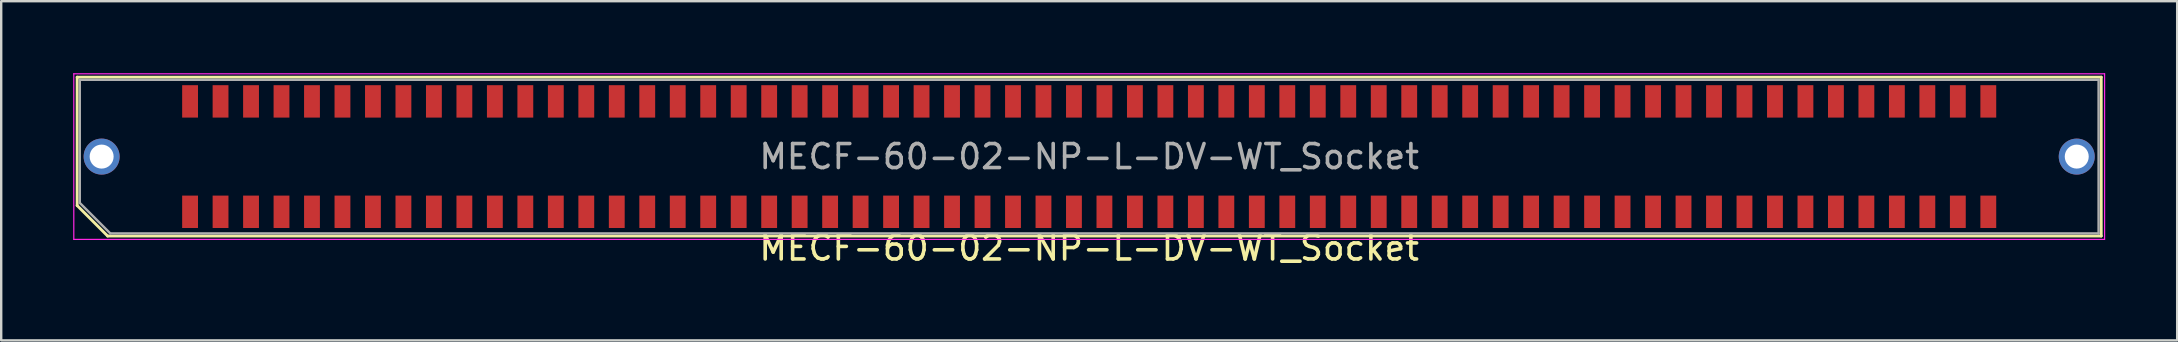
<source format=kicad_pcb>
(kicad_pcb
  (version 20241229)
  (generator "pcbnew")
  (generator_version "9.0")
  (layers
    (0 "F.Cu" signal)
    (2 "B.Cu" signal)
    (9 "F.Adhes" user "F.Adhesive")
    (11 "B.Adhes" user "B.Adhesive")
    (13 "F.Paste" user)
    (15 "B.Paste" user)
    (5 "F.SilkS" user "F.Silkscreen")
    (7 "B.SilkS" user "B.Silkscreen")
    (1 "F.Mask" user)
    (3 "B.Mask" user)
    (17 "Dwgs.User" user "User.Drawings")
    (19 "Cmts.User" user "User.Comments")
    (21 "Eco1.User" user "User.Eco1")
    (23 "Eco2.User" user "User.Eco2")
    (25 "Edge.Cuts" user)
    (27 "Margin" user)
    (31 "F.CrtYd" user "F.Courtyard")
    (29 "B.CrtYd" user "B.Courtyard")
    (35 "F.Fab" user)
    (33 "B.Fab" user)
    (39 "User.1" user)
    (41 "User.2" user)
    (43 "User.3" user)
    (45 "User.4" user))
  (footprint "MECF-60-02-NP-L-DV-WT_Socket"
    (layer "F.Cu")
    (at 42.335 3.475)
    (property "Reference" "MECF-60-02-NP-L-DV-WT_Socket" (at 0 3.81 0) (layer "F.SilkS") (effects (font (size 1 1) (thickness 0.15))))
    (attr smd)
    (fp_line (start -42.17 -3.31) (end 42.17 -3.31) (stroke (width 0.12) (type solid)) (layer "F.SilkS"))
    (fp_line (start -42.17 2.04) (end -42.17 -3.31) (stroke (width 0.12) (type solid)) (layer "F.SilkS"))
    (fp_line (start -40.9 3.31) (end -42.17 2.04) (stroke (width 0.12) (type solid)) (layer "F.SilkS"))
    (fp_line (start -40.9 3.31) (end 42.17 3.31) (stroke (width 0.12) (type solid)) (layer "F.SilkS"))
    (fp_line (start 42.17 3.31) (end 42.17 -3.31) (stroke (width 0.12) (type solid)) (layer "F.SilkS"))
    (fp_line (start -42.31 -3.45) (end -42.31 3.45) (stroke (width 0.05) (type solid)) (layer "F.CrtYd"))
    (fp_line (start -42.31 3.45) (end 42.31 3.45) (stroke (width 0.05) (type solid)) (layer "F.CrtYd"))
    (fp_line (start 42.31 -3.45) (end -42.31 -3.45) (stroke (width 0.05) (type solid)) (layer "F.CrtYd"))
    (fp_line (start 42.31 3.45) (end 42.31 -3.45) (stroke (width 0.05) (type solid)) (layer "F.CrtYd"))
    (fp_line (start -42.06 -3.2) (end 42.06 -3.2) (stroke (width 0.1) (type solid)) (layer "F.Fab"))
    (fp_line (start -42.06 1.93) (end -42.06 -3.2) (stroke (width 0.1) (type solid)) (layer "F.Fab"))
    (fp_line (start -42.06 1.93) (end -40.79 3.2) (stroke (width 0.1) (type solid)) (layer "F.Fab"))
    (fp_line (start -40.79 3.2) (end 42.06 3.2) (stroke (width 0.1) (type solid)) (layer "F.Fab"))
    (fp_line (start 42.06 3.2) (end 42.06 -3.2) (stroke (width 0.1) (type solid)) (layer "F.Fab"))
    (fp_text user "${REFERENCE}" (at 0 0 0) (layer "F.Fab") (effects (font (size 1 1) (thickness 0.15))))
    (pad "" thru_hole circle (at -41.15 0) (size 1.5 1.5) (drill 1) (layers "*.Cu" "*.Mask"))
    (pad "" np_thru_hole circle (at -39.245 0) (size 0.001 0.001) (drill 1.45) (layers "*.Cu" "*.Mask"))
    (pad "" np_thru_hole circle (at 39.245 1) (size 0.001 0.001) (drill 1.45) (layers "*.Cu" "*.Mask"))
    (pad "" thru_hole circle (at 41.15 0) (size 1.5 1.5) (drill 1) (layers "*.Cu" "*.Mask"))
    (pad "1" smd rect (at -37.465 2.3) (size 0.66 1.35) (layers "F.Cu" "F.Mask" "F.Paste"))
    (pad "2" smd rect (at -37.465 -2.3) (size 0.66 1.35) (layers "F.Cu" "F.Mask" "F.Paste"))
    (pad "3" smd rect (at -36.195 2.3) (size 0.66 1.35) (layers "F.Cu" "F.Mask" "F.Paste"))
    (pad "4" smd rect (at -36.195 -2.3) (size 0.66 1.35) (layers "F.Cu" "F.Mask" "F.Paste"))
    (pad "5" smd rect (at -34.925 2.3) (size 0.66 1.35) (layers "F.Cu" "F.Mask" "F.Paste"))
    (pad "6" smd rect (at -34.925 -2.3) (size 0.66 1.35) (layers "F.Cu" "F.Mask" "F.Paste"))
    (pad "7" smd rect (at -33.655 2.3) (size 0.66 1.35) (layers "F.Cu" "F.Mask" "F.Paste"))
    (pad "8" smd rect (at -33.655 -2.3) (size 0.66 1.35) (layers "F.Cu" "F.Mask" "F.Paste"))
    (pad "9" smd rect (at -32.385 2.3) (size 0.66 1.35) (layers "F.Cu" "F.Mask" "F.Paste"))
    (pad "10" smd rect (at -32.385 -2.3) (size 0.66 1.35) (layers "F.Cu" "F.Mask" "F.Paste"))
    (pad "11" smd rect (at -31.115 2.3) (size 0.66 1.35) (layers "F.Cu" "F.Mask" "F.Paste"))
    (pad "12" smd rect (at -31.115 -2.3) (size 0.66 1.35) (layers "F.Cu" "F.Mask" "F.Paste"))
    (pad "13" smd rect (at -29.845 2.3) (size 0.66 1.35) (layers "F.Cu" "F.Mask" "F.Paste"))
    (pad "14" smd rect (at -29.845 -2.3) (size 0.66 1.35) (layers "F.Cu" "F.Mask" "F.Paste"))
    (pad "15" smd rect (at -28.575 2.3) (size 0.66 1.35) (layers "F.Cu" "F.Mask" "F.Paste"))
    (pad "16" smd rect (at -28.575 -2.3) (size 0.66 1.35) (layers "F.Cu" "F.Mask" "F.Paste"))
    (pad "17" smd rect (at -27.305 2.3) (size 0.66 1.35) (layers "F.Cu" "F.Mask" "F.Paste"))
    (pad "18" smd rect (at -27.305 -2.3) (size 0.66 1.35) (layers "F.Cu" "F.Mask" "F.Paste"))
    (pad "19" smd rect (at -26.035 2.3) (size 0.66 1.35) (layers "F.Cu" "F.Mask" "F.Paste"))
    (pad "20" smd rect (at -26.035 -2.3) (size 0.66 1.35) (layers "F.Cu" "F.Mask" "F.Paste"))
    (pad "21" smd rect (at -24.765 2.3) (size 0.66 1.35) (layers "F.Cu" "F.Mask" "F.Paste"))
    (pad "22" smd rect (at -24.765 -2.3) (size 0.66 1.35) (layers "F.Cu" "F.Mask" "F.Paste"))
    (pad "23" smd rect (at -23.495 2.3) (size 0.66 1.35) (layers "F.Cu" "F.Mask" "F.Paste"))
    (pad "24" smd rect (at -23.495 -2.3) (size 0.66 1.35) (layers "F.Cu" "F.Mask" "F.Paste"))
    (pad "25" smd rect (at -22.225 2.3) (size 0.66 1.35) (layers "F.Cu" "F.Mask" "F.Paste"))
    (pad "26" smd rect (at -22.225 -2.3) (size 0.66 1.35) (layers "F.Cu" "F.Mask" "F.Paste"))
    (pad "27" smd rect (at -20.955 2.3) (size 0.66 1.35) (layers "F.Cu" "F.Mask" "F.Paste"))
    (pad "28" smd rect (at -20.955 -2.3) (size 0.66 1.35) (layers "F.Cu" "F.Mask" "F.Paste"))
    (pad "29" smd rect (at -19.685 2.3) (size 0.66 1.35) (layers "F.Cu" "F.Mask" "F.Paste"))
    (pad "30" smd rect (at -19.685 -2.3) (size 0.66 1.35) (layers "F.Cu" "F.Mask" "F.Paste"))
    (pad "31" smd rect (at -18.415 2.3) (size 0.66 1.35) (layers "F.Cu" "F.Mask" "F.Paste"))
    (pad "32" smd rect (at -18.415 -2.3) (size 0.66 1.35) (layers "F.Cu" "F.Mask" "F.Paste"))
    (pad "33" smd rect (at -17.145 2.3) (size 0.66 1.35) (layers "F.Cu" "F.Mask" "F.Paste"))
    (pad "34" smd rect (at -17.145 -2.3) (size 0.66 1.35) (layers "F.Cu" "F.Mask" "F.Paste"))
    (pad "35" smd rect (at -15.875 2.3) (size 0.66 1.35) (layers "F.Cu" "F.Mask" "F.Paste"))
    (pad "36" smd rect (at -15.875 -2.3) (size 0.66 1.35) (layers "F.Cu" "F.Mask" "F.Paste"))
    (pad "37" smd rect (at -14.605 2.3) (size 0.66 1.35) (layers "F.Cu" "F.Mask" "F.Paste"))
    (pad "38" smd rect (at -14.605 -2.3) (size 0.66 1.35) (layers "F.Cu" "F.Mask" "F.Paste"))
    (pad "39" smd rect (at -13.335 2.3) (size 0.66 1.35) (layers "F.Cu" "F.Mask" "F.Paste"))
    (pad "40" smd rect (at -13.335 -2.3) (size 0.66 1.35) (layers "F.Cu" "F.Mask" "F.Paste"))
    (pad "41" smd rect (at -12.065 2.3) (size 0.66 1.35) (layers "F.Cu" "F.Mask" "F.Paste"))
    (pad "42" smd rect (at -12.065 -2.3) (size 0.66 1.35) (layers "F.Cu" "F.Mask" "F.Paste"))
    (pad "43" smd rect (at -10.795 2.3) (size 0.66 1.35) (layers "F.Cu" "F.Mask" "F.Paste"))
    (pad "44" smd rect (at -10.795 -2.3) (size 0.66 1.35) (layers "F.Cu" "F.Mask" "F.Paste"))
    (pad "45" smd rect (at -9.525 2.3) (size 0.66 1.35) (layers "F.Cu" "F.Mask" "F.Paste"))
    (pad "46" smd rect (at -9.525 -2.3) (size 0.66 1.35) (layers "F.Cu" "F.Mask" "F.Paste"))
    (pad "47" smd rect (at -8.255 2.3) (size 0.66 1.35) (layers "F.Cu" "F.Mask" "F.Paste"))
    (pad "48" smd rect (at -8.255 -2.3) (size 0.66 1.35) (layers "F.Cu" "F.Mask" "F.Paste"))
    (pad "49" smd rect (at -6.985 2.3) (size 0.66 1.35) (layers "F.Cu" "F.Mask" "F.Paste"))
    (pad "50" smd rect (at -6.985 -2.3) (size 0.66 1.35) (layers "F.Cu" "F.Mask" "F.Paste"))
    (pad "51" smd rect (at -5.715 2.3) (size 0.66 1.35) (layers "F.Cu" "F.Mask" "F.Paste"))
    (pad "52" smd rect (at -5.715 -2.3) (size 0.66 1.35) (layers "F.Cu" "F.Mask" "F.Paste"))
    (pad "53" smd rect (at -4.445 2.3) (size 0.66 1.35) (layers "F.Cu" "F.Mask" "F.Paste"))
    (pad "54" smd rect (at -4.445 -2.3) (size 0.66 1.35) (layers "F.Cu" "F.Mask" "F.Paste"))
    (pad "55" smd rect (at -3.175 2.3) (size 0.66 1.35) (layers "F.Cu" "F.Mask" "F.Paste"))
    (pad "56" smd rect (at -3.175 -2.3) (size 0.66 1.35) (layers "F.Cu" "F.Mask" "F.Paste"))
    (pad "57" smd rect (at -1.905 2.3) (size 0.66 1.35) (layers "F.Cu" "F.Mask" "F.Paste"))
    (pad "58" smd rect (at -1.905 -2.3) (size 0.66 1.35) (layers "F.Cu" "F.Mask" "F.Paste"))
    (pad "59" smd rect (at -0.635 2.3) (size 0.66 1.35) (layers "F.Cu" "F.Mask" "F.Paste"))
    (pad "60" smd rect (at -0.635 -2.3) (size 0.66 1.35) (layers "F.Cu" "F.Mask" "F.Paste"))
    (pad "61" smd rect (at 0.635 2.3) (size 0.66 1.35) (layers "F.Cu" "F.Mask" "F.Paste"))
    (pad "62" smd rect (at 0.635 -2.3) (size 0.66 1.35) (layers "F.Cu" "F.Mask" "F.Paste"))
    (pad "63" smd rect (at 1.905 2.3) (size 0.66 1.35) (layers "F.Cu" "F.Mask" "F.Paste"))
    (pad "64" smd rect (at 1.905 -2.3) (size 0.66 1.35) (layers "F.Cu" "F.Mask" "F.Paste"))
    (pad "65" smd rect (at 3.175 2.3) (size 0.66 1.35) (layers "F.Cu" "F.Mask" "F.Paste"))
    (pad "66" smd rect (at 3.175 -2.3) (size 0.66 1.35) (layers "F.Cu" "F.Mask" "F.Paste"))
    (pad "67" smd rect (at 4.445 2.3) (size 0.66 1.35) (layers "F.Cu" "F.Mask" "F.Paste"))
    (pad "68" smd rect (at 4.445 -2.3) (size 0.66 1.35) (layers "F.Cu" "F.Mask" "F.Paste"))
    (pad "69" smd rect (at 5.715 2.3) (size 0.66 1.35) (layers "F.Cu" "F.Mask" "F.Paste"))
    (pad "70" smd rect (at 5.715 -2.3) (size 0.66 1.35) (layers "F.Cu" "F.Mask" "F.Paste"))
    (pad "71" smd rect (at 6.985 2.3) (size 0.66 1.35) (layers "F.Cu" "F.Mask" "F.Paste"))
    (pad "72" smd rect (at 6.985 -2.3) (size 0.66 1.35) (layers "F.Cu" "F.Mask" "F.Paste"))
    (pad "73" smd rect (at 8.255 2.3) (size 0.66 1.35) (layers "F.Cu" "F.Mask" "F.Paste"))
    (pad "74" smd rect (at 8.255 -2.3) (size 0.66 1.35) (layers "F.Cu" "F.Mask" "F.Paste"))
    (pad "75" smd rect (at 9.525 2.3) (size 0.66 1.35) (layers "F.Cu" "F.Mask" "F.Paste"))
    (pad "76" smd rect (at 9.525 -2.3) (size 0.66 1.35) (layers "F.Cu" "F.Mask" "F.Paste"))
    (pad "77" smd rect (at 10.795 2.3) (size 0.66 1.35) (layers "F.Cu" "F.Mask" "F.Paste"))
    (pad "78" smd rect (at 10.795 -2.3) (size 0.66 1.35) (layers "F.Cu" "F.Mask" "F.Paste"))
    (pad "79" smd rect (at 12.065 2.3) (size 0.66 1.35) (layers "F.Cu" "F.Mask" "F.Paste"))
    (pad "80" smd rect (at 12.065 -2.3) (size 0.66 1.35) (layers "F.Cu" "F.Mask" "F.Paste"))
    (pad "81" smd rect (at 13.335 2.3) (size 0.66 1.35) (layers "F.Cu" "F.Mask" "F.Paste"))
    (pad "82" smd rect (at 13.335 -2.3) (size 0.66 1.35) (layers "F.Cu" "F.Mask" "F.Paste"))
    (pad "83" smd rect (at 14.605 2.3) (size 0.66 1.35) (layers "F.Cu" "F.Mask" "F.Paste"))
    (pad "84" smd rect (at 14.605 -2.3) (size 0.66 1.35) (layers "F.Cu" "F.Mask" "F.Paste"))
    (pad "85" smd rect (at 15.875 2.3) (size 0.66 1.35) (layers "F.Cu" "F.Mask" "F.Paste"))
    (pad "86" smd rect (at 15.875 -2.3) (size 0.66 1.35) (layers "F.Cu" "F.Mask" "F.Paste"))
    (pad "87" smd rect (at 17.145 2.3) (size 0.66 1.35) (layers "F.Cu" "F.Mask" "F.Paste"))
    (pad "88" smd rect (at 17.145 -2.3) (size 0.66 1.35) (layers "F.Cu" "F.Mask" "F.Paste"))
    (pad "89" smd rect (at 18.415 2.3) (size 0.66 1.35) (layers "F.Cu" "F.Mask" "F.Paste"))
    (pad "90" smd rect (at 18.415 -2.3) (size 0.66 1.35) (layers "F.Cu" "F.Mask" "F.Paste"))
    (pad "91" smd rect (at 19.685 2.3) (size 0.66 1.35) (layers "F.Cu" "F.Mask" "F.Paste"))
    (pad "92" smd rect (at 19.685 -2.3) (size 0.66 1.35) (layers "F.Cu" "F.Mask" "F.Paste"))
    (pad "93" smd rect (at 20.955 2.3) (size 0.66 1.35) (layers "F.Cu" "F.Mask" "F.Paste"))
    (pad "94" smd rect (at 20.955 -2.3) (size 0.66 1.35) (layers "F.Cu" "F.Mask" "F.Paste"))
    (pad "95" smd rect (at 22.225 2.3) (size 0.66 1.35) (layers "F.Cu" "F.Mask" "F.Paste"))
    (pad "96" smd rect (at 22.225 -2.3) (size 0.66 1.35) (layers "F.Cu" "F.Mask" "F.Paste"))
    (pad "97" smd rect (at 23.495 2.3) (size 0.66 1.35) (layers "F.Cu" "F.Mask" "F.Paste"))
    (pad "98" smd rect (at 23.495 -2.3) (size 0.66 1.35) (layers "F.Cu" "F.Mask" "F.Paste"))
    (pad "99" smd rect (at 24.765 2.3) (size 0.66 1.35) (layers "F.Cu" "F.Mask" "F.Paste"))
    (pad "100" smd rect (at 24.765 -2.3) (size 0.66 1.35) (layers "F.Cu" "F.Mask" "F.Paste"))
    (pad "101" smd rect (at 26.035 2.3) (size 0.66 1.35) (layers "F.Cu" "F.Mask" "F.Paste"))
    (pad "102" smd rect (at 26.035 -2.3) (size 0.66 1.35) (layers "F.Cu" "F.Mask" "F.Paste"))
    (pad "103" smd rect (at 27.305 2.3) (size 0.66 1.35) (layers "F.Cu" "F.Mask" "F.Paste"))
    (pad "104" smd rect (at 27.305 -2.3) (size 0.66 1.35) (layers "F.Cu" "F.Mask" "F.Paste"))
    (pad "105" smd rect (at 28.575 2.3) (size 0.66 1.35) (layers "F.Cu" "F.Mask" "F.Paste"))
    (pad "106" smd rect (at 28.575 -2.3) (size 0.66 1.35) (layers "F.Cu" "F.Mask" "F.Paste"))
    (pad "107" smd rect (at 29.845 2.3) (size 0.66 1.35) (layers "F.Cu" "F.Mask" "F.Paste"))
    (pad "108" smd rect (at 29.845 -2.3) (size 0.66 1.35) (layers "F.Cu" "F.Mask" "F.Paste"))
    (pad "109" smd rect (at 31.115 2.3) (size 0.66 1.35) (layers "F.Cu" "F.Mask" "F.Paste"))
    (pad "110" smd rect (at 31.115 -2.3) (size 0.66 1.35) (layers "F.Cu" "F.Mask" "F.Paste"))
    (pad "111" smd rect (at 32.385 2.3) (size 0.66 1.35) (layers "F.Cu" "F.Mask" "F.Paste"))
    (pad "112" smd rect (at 32.385 -2.3) (size 0.66 1.35) (layers "F.Cu" "F.Mask" "F.Paste"))
    (pad "113" smd rect (at 33.655 2.3) (size 0.66 1.35) (layers "F.Cu" "F.Mask" "F.Paste"))
    (pad "114" smd rect (at 33.655 -2.3) (size 0.66 1.35) (layers "F.Cu" "F.Mask" "F.Paste"))
    (pad "115" smd rect (at 34.925 2.3) (size 0.66 1.35) (layers "F.Cu" "F.Mask" "F.Paste"))
    (pad "116" smd rect (at 34.925 -2.3) (size 0.66 1.35) (layers "F.Cu" "F.Mask" "F.Paste"))
    (pad "117" smd rect (at 36.195 2.3) (size 0.66 1.35) (layers "F.Cu" "F.Mask" "F.Paste"))
    (pad "118" smd rect (at 36.195 -2.3) (size 0.66 1.35) (layers "F.Cu" "F.Mask" "F.Paste"))
    (pad "119" smd rect (at 37.465 2.3) (size 0.66 1.35) (layers "F.Cu" "F.Mask" "F.Paste"))
    (pad "120" smd rect (at 37.465 -2.3) (size 0.66 1.35) (layers "F.Cu" "F.Mask" "F.Paste")))
  (gr_rect
    (start -3 -3)
    (end 87.67 11.133)
    (stroke (width 0.1) (type default))
    (fill no)
    (layer "Edge.Cuts")))
</source>
